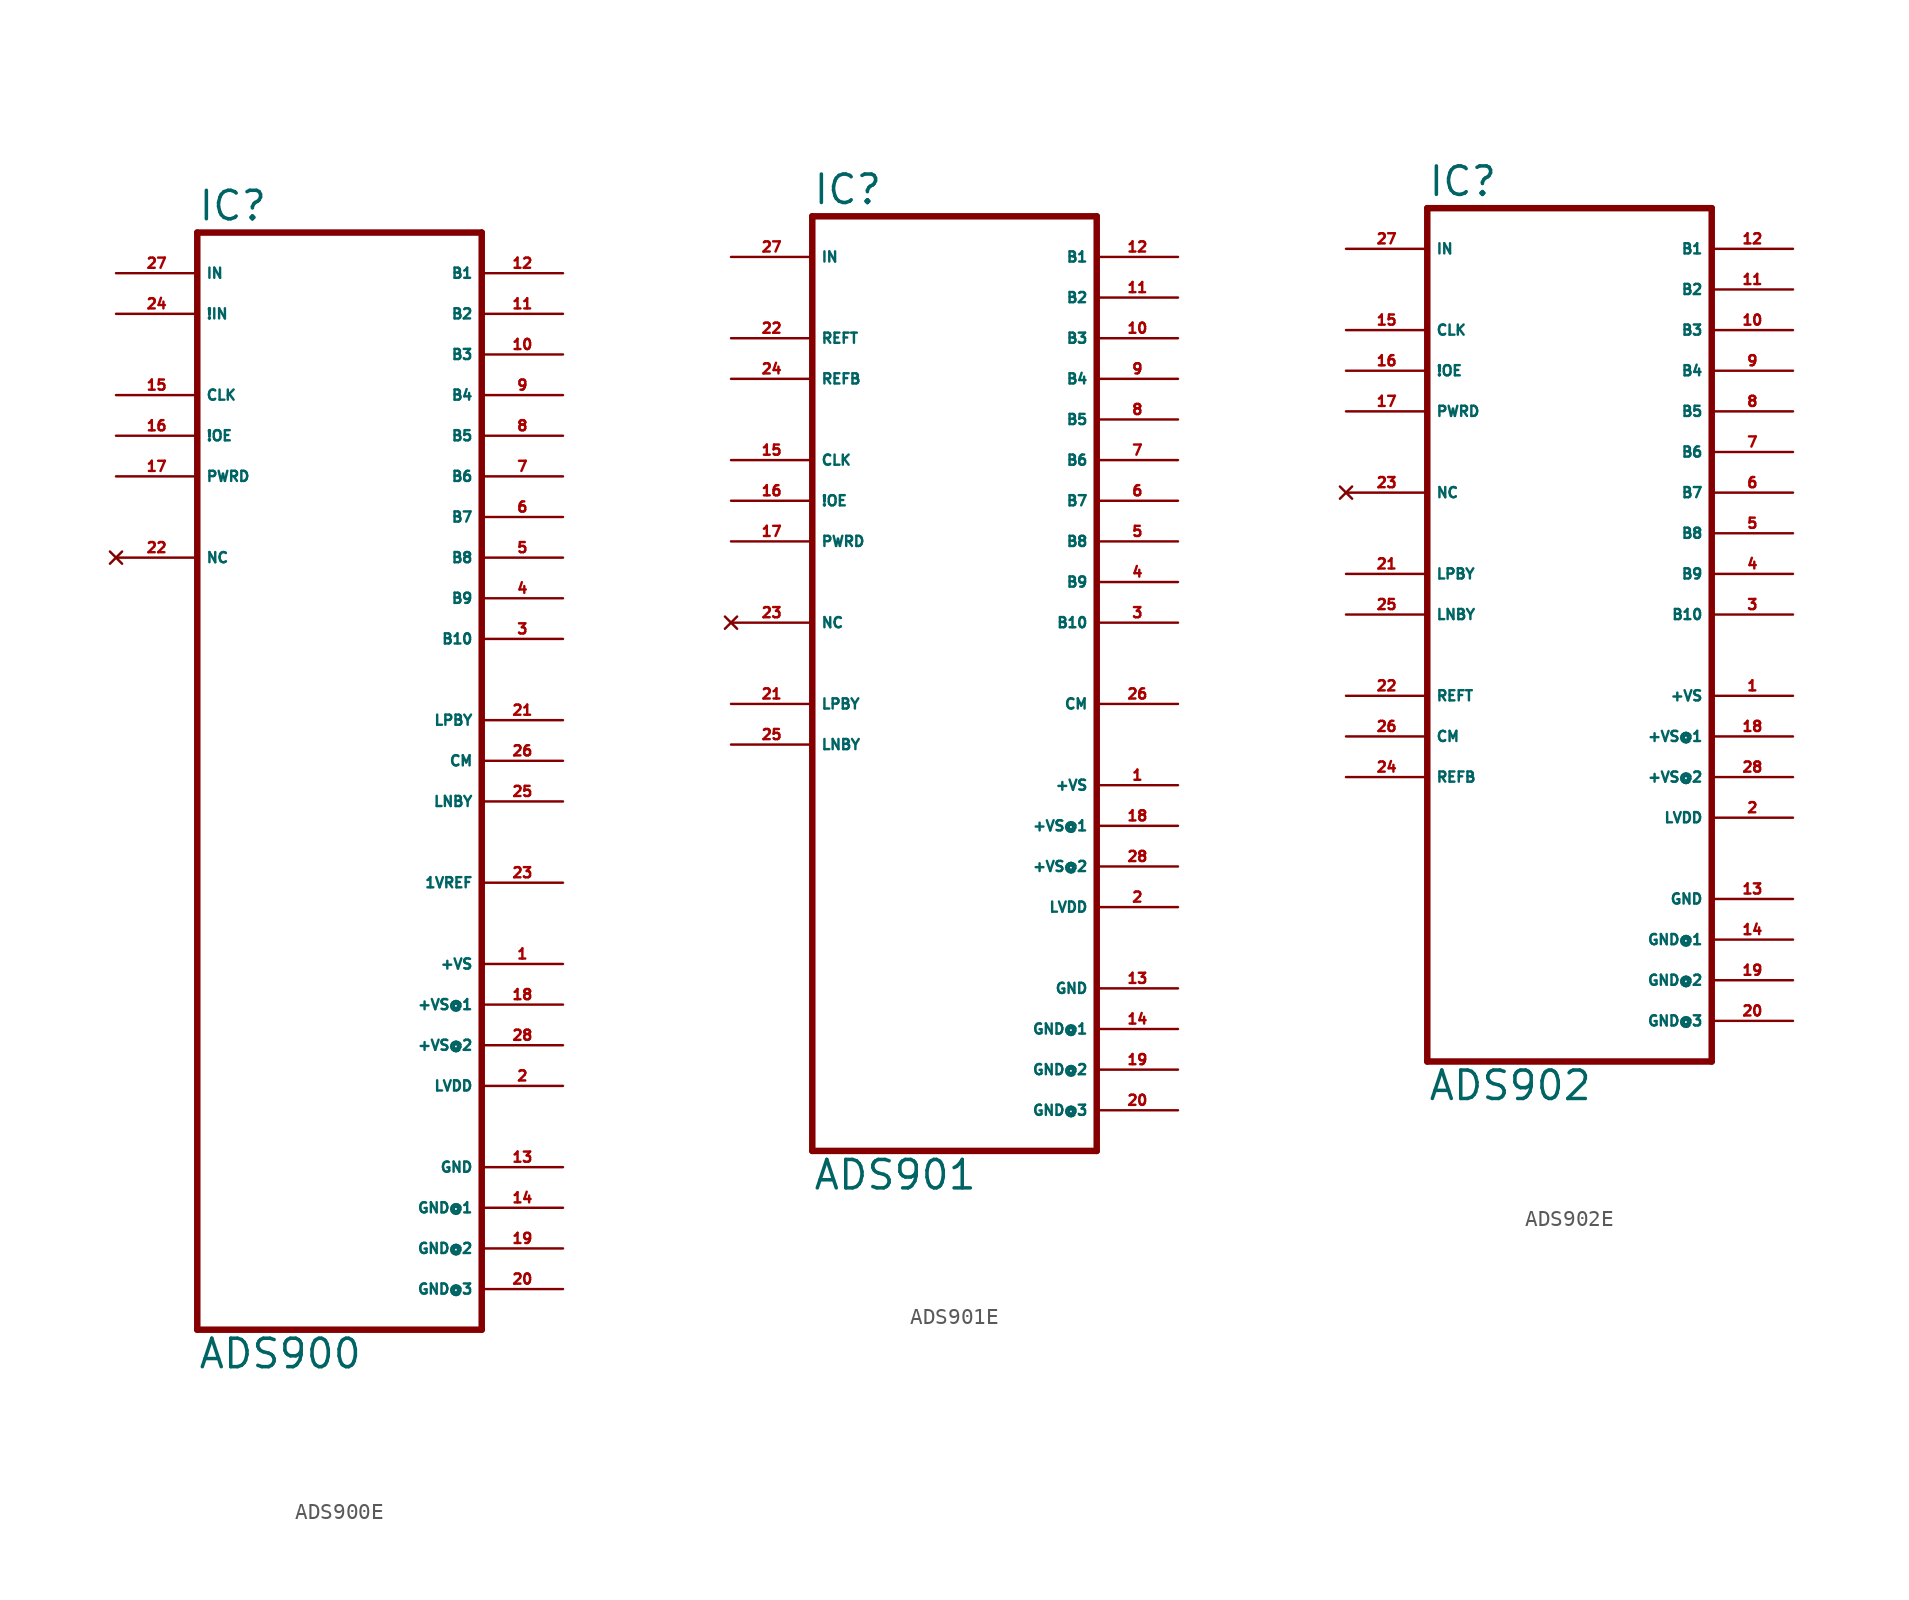
<source format=kicad_sym>
(kicad_symbol_lib
  (version 20220914)
  (generator Eagle2Kicad)
  (symbol "ADS900E"
    (property "Reference" "IC"
      (at -10.16 36.195 0)
      (effects (font (size 1.778 1.778) (thickness 0.22)) (justify left bottom)))
    (property "Value" "ADS900"
      (at -10.16 -35.56 0)
      (effects (font (size 1.778 1.778) (thickness 0.22)) (justify left bottom)))
    (polyline
      (pts (xy -10.16 35.56) (xy 7.62 35.56))
      (stroke (width 0.406) (type default))
      (fill (type none)))
    (polyline
      (pts (xy 7.62 35.56) (xy 7.62 -33.02))
      (stroke (width 0.406) (type default))
      (fill (type none)))
    (polyline
      (pts (xy 7.62 -33.02) (xy -10.16 -33.02))
      (stroke (width 0.406) (type default))
      (fill (type none)))
    (polyline
      (pts (xy -10.16 -33.02) (xy -10.16 35.56))
      (stroke (width 0.406) (type default))
      (fill (type none)))
    (pin input line
      (at -15.24 33.02 0)
      (length 5.08)
      (name "IN" (effects (font (size 0.635 0.635) (thickness 0.08)) (justify left bottom)))
      (number "27" (effects (font (size 0.635 0.635) (thickness 0.08)) (justify left bottom))))
    (pin input line
      (at -15.24 25.4 0)
      (length 5.08)
      (name "CLK" (effects (font (size 0.635 0.635) (thickness 0.08)) (justify left bottom)))
      (number "15" (effects (font (size 0.635 0.635) (thickness 0.08)) (justify left bottom))))
    (pin input line
      (at -15.24 22.86 0)
      (length 5.08)
      (name "!OE" (effects (font (size 0.635 0.635) (thickness 0.08)) (justify left bottom)))
      (number "16" (effects (font (size 0.635 0.635) (thickness 0.08)) (justify left bottom))))
    (pin input line
      (at -15.24 20.32 0)
      (length 5.08)
      (name "PWRD" (effects (font (size 0.635 0.635) (thickness 0.08)) (justify left bottom)))
      (number "17" (effects (font (size 0.635 0.635) (thickness 0.08)) (justify left bottom))))
    (pin output line
      (at 12.7 33.02 180)
      (length 5.08)
      (name "B1" (effects (font (size 0.635 0.635) (thickness 0.08)) (justify left bottom)))
      (number "12" (effects (font (size 0.635 0.635) (thickness 0.08)) (justify left bottom))))
    (pin output line
      (at 12.7 30.48 180)
      (length 5.08)
      (name "B2" (effects (font (size 0.635 0.635) (thickness 0.08)) (justify left bottom)))
      (number "11" (effects (font (size 0.635 0.635) (thickness 0.08)) (justify left bottom))))
    (pin output line
      (at 12.7 27.94 180)
      (length 5.08)
      (name "B3" (effects (font (size 0.635 0.635) (thickness 0.08)) (justify left bottom)))
      (number "10" (effects (font (size 0.635 0.635) (thickness 0.08)) (justify left bottom))))
    (pin output line
      (at 12.7 25.4 180)
      (length 5.08)
      (name "B4" (effects (font (size 0.635 0.635) (thickness 0.08)) (justify left bottom)))
      (number "9" (effects (font (size 0.635 0.635) (thickness 0.08)) (justify left bottom))))
    (pin output line
      (at 12.7 22.86 180)
      (length 5.08)
      (name "B5" (effects (font (size 0.635 0.635) (thickness 0.08)) (justify left bottom)))
      (number "8" (effects (font (size 0.635 0.635) (thickness 0.08)) (justify left bottom))))
    (pin output line
      (at 12.7 20.32 180)
      (length 5.08)
      (name "B6" (effects (font (size 0.635 0.635) (thickness 0.08)) (justify left bottom)))
      (number "7" (effects (font (size 0.635 0.635) (thickness 0.08)) (justify left bottom))))
    (pin output line
      (at 12.7 17.78 180)
      (length 5.08)
      (name "B7" (effects (font (size 0.635 0.635) (thickness 0.08)) (justify left bottom)))
      (number "6" (effects (font (size 0.635 0.635) (thickness 0.08)) (justify left bottom))))
    (pin output line
      (at 12.7 15.24 180)
      (length 5.08)
      (name "B8" (effects (font (size 0.635 0.635) (thickness 0.08)) (justify left bottom)))
      (number "5" (effects (font (size 0.635 0.635) (thickness 0.08)) (justify left bottom))))
    (pin unspecified line
      (at 12.7 -10.16 180)
      (length 5.08)
      (name "+VS" (effects (font (size 0.635 0.635) (thickness 0.08)) (justify left bottom)))
      (number "1" (effects (font (size 0.635 0.635) (thickness 0.08)) (justify left bottom))))
    (pin unspecified line
      (at 12.7 -12.7 180)
      (length 5.08)
      (name "+VS@1" (effects (font (size 0.635 0.635) (thickness 0.08)) (justify left bottom)))
      (number "18" (effects (font (size 0.635 0.635) (thickness 0.08)) (justify left bottom))))
    (pin unspecified line
      (at 12.7 -15.24 180)
      (length 5.08)
      (name "+VS@2" (effects (font (size 0.635 0.635) (thickness 0.08)) (justify left bottom)))
      (number "28" (effects (font (size 0.635 0.635) (thickness 0.08)) (justify left bottom))))
    (pin unspecified line
      (at 12.7 -22.86 180)
      (length 5.08)
      (name "GND" (effects (font (size 0.635 0.635) (thickness 0.08)) (justify left bottom)))
      (number "13" (effects (font (size 0.635 0.635) (thickness 0.08)) (justify left bottom))))
    (pin unspecified line
      (at 12.7 -25.4 180)
      (length 5.08)
      (name "GND@1" (effects (font (size 0.635 0.635) (thickness 0.08)) (justify left bottom)))
      (number "14" (effects (font (size 0.635 0.635) (thickness 0.08)) (justify left bottom))))
    (pin unspecified line
      (at 12.7 -27.94 180)
      (length 5.08)
      (name "GND@2" (effects (font (size 0.635 0.635) (thickness 0.08)) (justify left bottom)))
      (number "19" (effects (font (size 0.635 0.635) (thickness 0.08)) (justify left bottom))))
    (pin unspecified line
      (at 12.7 -30.48 180)
      (length 5.08)
      (name "GND@3" (effects (font (size 0.635 0.635) (thickness 0.08)) (justify left bottom)))
      (number "20" (effects (font (size 0.635 0.635) (thickness 0.08)) (justify left bottom))))
    (pin input line
      (at -15.24 30.48 0)
      (length 5.08)
      (name "!IN" (effects (font (size 0.635 0.635) (thickness 0.08)) (justify left bottom)))
      (number "24" (effects (font (size 0.635 0.635) (thickness 0.08)) (justify left bottom))))
    (pin output line
      (at 12.7 2.54 180)
      (length 5.08)
      (name "CM" (effects (font (size 0.635 0.635) (thickness 0.08)) (justify left bottom)))
      (number "26" (effects (font (size 0.635 0.635) (thickness 0.08)) (justify left bottom))))
    (pin output line
      (at 12.7 -5.08 180)
      (length 5.08)
      (name "1VREF" (effects (font (size 0.635 0.635) (thickness 0.08)) (justify left bottom)))
      (number "23" (effects (font (size 0.635 0.635) (thickness 0.08)) (justify left bottom))))
    (pin no_connect line
      (at -15.24 15.24 0)
      (length 5.08)
      (name "NC" (effects (font (size 0.635 0.635) (thickness 0.08)) (justify left bottom) hide))
      (number "22" (effects (font (size 0.635 0.635) (thickness 0.08)) (justify left bottom) hide)))
    (pin output line
      (at 12.7 10.16 180)
      (length 5.08)
      (name "B10" (effects (font (size 0.635 0.635) (thickness 0.08)) (justify left bottom)))
      (number "3" (effects (font (size 0.635 0.635) (thickness 0.08)) (justify left bottom))))
    (pin output line
      (at 12.7 12.7 180)
      (length 5.08)
      (name "B9" (effects (font (size 0.635 0.635) (thickness 0.08)) (justify left bottom)))
      (number "4" (effects (font (size 0.635 0.635) (thickness 0.08)) (justify left bottom))))
    (pin output line
      (at 12.7 5.08 180)
      (length 5.08)
      (name "LPBY" (effects (font (size 0.635 0.635) (thickness 0.08)) (justify left bottom)))
      (number "21" (effects (font (size 0.635 0.635) (thickness 0.08)) (justify left bottom))))
    (pin output line
      (at 12.7 0 180)
      (length 5.08)
      (name "LNBY" (effects (font (size 0.635 0.635) (thickness 0.08)) (justify left bottom)))
      (number "25" (effects (font (size 0.635 0.635) (thickness 0.08)) (justify left bottom))))
    (pin unspecified line
      (at 12.7 -17.78 180)
      (length 5.08)
      (name "LVDD" (effects (font (size 0.635 0.635) (thickness 0.08)) (justify left bottom)))
      (number "2" (effects (font (size 0.635 0.635) (thickness 0.08)) (justify left bottom)))))
  (symbol "ADS901E"
    (property "Reference" "IC"
      (at -10.16 31.115 0)
      (effects (font (size 1.778 1.778) (thickness 0.22)) (justify left bottom)))
    (property "Value" "ADS901"
      (at -10.16 -30.48 0)
      (effects (font (size 1.778 1.778) (thickness 0.22)) (justify left bottom)))
    (polyline
      (pts (xy -10.16 30.48) (xy 7.62 30.48))
      (stroke (width 0.406) (type default))
      (fill (type none)))
    (polyline
      (pts (xy 7.62 30.48) (xy 7.62 -27.94))
      (stroke (width 0.406) (type default))
      (fill (type none)))
    (polyline
      (pts (xy 7.62 -27.94) (xy -10.16 -27.94))
      (stroke (width 0.406) (type default))
      (fill (type none)))
    (polyline
      (pts (xy -10.16 -27.94) (xy -10.16 30.48))
      (stroke (width 0.406) (type default))
      (fill (type none)))
    (pin input line
      (at -15.24 27.94 0)
      (length 5.08)
      (name "IN" (effects (font (size 0.635 0.635) (thickness 0.08)) (justify left bottom)))
      (number "27" (effects (font (size 0.635 0.635) (thickness 0.08)) (justify left bottom))))
    (pin input line
      (at -15.24 15.24 0)
      (length 5.08)
      (name "CLK" (effects (font (size 0.635 0.635) (thickness 0.08)) (justify left bottom)))
      (number "15" (effects (font (size 0.635 0.635) (thickness 0.08)) (justify left bottom))))
    (pin input line
      (at -15.24 12.7 0)
      (length 5.08)
      (name "!OE" (effects (font (size 0.635 0.635) (thickness 0.08)) (justify left bottom)))
      (number "16" (effects (font (size 0.635 0.635) (thickness 0.08)) (justify left bottom))))
    (pin input line
      (at -15.24 10.16 0)
      (length 5.08)
      (name "PWRD" (effects (font (size 0.635 0.635) (thickness 0.08)) (justify left bottom)))
      (number "17" (effects (font (size 0.635 0.635) (thickness 0.08)) (justify left bottom))))
    (pin output line
      (at 12.7 27.94 180)
      (length 5.08)
      (name "B1" (effects (font (size 0.635 0.635) (thickness 0.08)) (justify left bottom)))
      (number "12" (effects (font (size 0.635 0.635) (thickness 0.08)) (justify left bottom))))
    (pin output line
      (at 12.7 25.4 180)
      (length 5.08)
      (name "B2" (effects (font (size 0.635 0.635) (thickness 0.08)) (justify left bottom)))
      (number "11" (effects (font (size 0.635 0.635) (thickness 0.08)) (justify left bottom))))
    (pin output line
      (at 12.7 22.86 180)
      (length 5.08)
      (name "B3" (effects (font (size 0.635 0.635) (thickness 0.08)) (justify left bottom)))
      (number "10" (effects (font (size 0.635 0.635) (thickness 0.08)) (justify left bottom))))
    (pin output line
      (at 12.7 20.32 180)
      (length 5.08)
      (name "B4" (effects (font (size 0.635 0.635) (thickness 0.08)) (justify left bottom)))
      (number "9" (effects (font (size 0.635 0.635) (thickness 0.08)) (justify left bottom))))
    (pin output line
      (at 12.7 17.78 180)
      (length 5.08)
      (name "B5" (effects (font (size 0.635 0.635) (thickness 0.08)) (justify left bottom)))
      (number "8" (effects (font (size 0.635 0.635) (thickness 0.08)) (justify left bottom))))
    (pin output line
      (at 12.7 15.24 180)
      (length 5.08)
      (name "B6" (effects (font (size 0.635 0.635) (thickness 0.08)) (justify left bottom)))
      (number "7" (effects (font (size 0.635 0.635) (thickness 0.08)) (justify left bottom))))
    (pin output line
      (at 12.7 12.7 180)
      (length 5.08)
      (name "B7" (effects (font (size 0.635 0.635) (thickness 0.08)) (justify left bottom)))
      (number "6" (effects (font (size 0.635 0.635) (thickness 0.08)) (justify left bottom))))
    (pin output line
      (at 12.7 10.16 180)
      (length 5.08)
      (name "B8" (effects (font (size 0.635 0.635) (thickness 0.08)) (justify left bottom)))
      (number "5" (effects (font (size 0.635 0.635) (thickness 0.08)) (justify left bottom))))
    (pin unspecified line
      (at 12.7 -5.08 180)
      (length 5.08)
      (name "+VS" (effects (font (size 0.635 0.635) (thickness 0.08)) (justify left bottom)))
      (number "1" (effects (font (size 0.635 0.635) (thickness 0.08)) (justify left bottom))))
    (pin unspecified line
      (at 12.7 -7.62 180)
      (length 5.08)
      (name "+VS@1" (effects (font (size 0.635 0.635) (thickness 0.08)) (justify left bottom)))
      (number "18" (effects (font (size 0.635 0.635) (thickness 0.08)) (justify left bottom))))
    (pin unspecified line
      (at 12.7 -10.16 180)
      (length 5.08)
      (name "+VS@2" (effects (font (size 0.635 0.635) (thickness 0.08)) (justify left bottom)))
      (number "28" (effects (font (size 0.635 0.635) (thickness 0.08)) (justify left bottom))))
    (pin unspecified line
      (at 12.7 -17.78 180)
      (length 5.08)
      (name "GND" (effects (font (size 0.635 0.635) (thickness 0.08)) (justify left bottom)))
      (number "13" (effects (font (size 0.635 0.635) (thickness 0.08)) (justify left bottom))))
    (pin unspecified line
      (at 12.7 -20.32 180)
      (length 5.08)
      (name "GND@1" (effects (font (size 0.635 0.635) (thickness 0.08)) (justify left bottom)))
      (number "14" (effects (font (size 0.635 0.635) (thickness 0.08)) (justify left bottom))))
    (pin unspecified line
      (at 12.7 -22.86 180)
      (length 5.08)
      (name "GND@2" (effects (font (size 0.635 0.635) (thickness 0.08)) (justify left bottom)))
      (number "19" (effects (font (size 0.635 0.635) (thickness 0.08)) (justify left bottom))))
    (pin unspecified line
      (at 12.7 -25.4 180)
      (length 5.08)
      (name "GND@3" (effects (font (size 0.635 0.635) (thickness 0.08)) (justify left bottom)))
      (number "20" (effects (font (size 0.635 0.635) (thickness 0.08)) (justify left bottom))))
    (pin input line
      (at -15.24 22.86 0)
      (length 5.08)
      (name "REFT" (effects (font (size 0.635 0.635) (thickness 0.08)) (justify left bottom)))
      (number "22" (effects (font (size 0.635 0.635) (thickness 0.08)) (justify left bottom))))
    (pin output line
      (at 12.7 0 180)
      (length 5.08)
      (name "CM" (effects (font (size 0.635 0.635) (thickness 0.08)) (justify left bottom)))
      (number "26" (effects (font (size 0.635 0.635) (thickness 0.08)) (justify left bottom))))
    (pin input line
      (at -15.24 20.32 0)
      (length 5.08)
      (name "REFB" (effects (font (size 0.635 0.635) (thickness 0.08)) (justify left bottom)))
      (number "24" (effects (font (size 0.635 0.635) (thickness 0.08)) (justify left bottom))))
    (pin no_connect line
      (at -15.24 5.08 0)
      (length 5.08)
      (name "NC" (effects (font (size 0.635 0.635) (thickness 0.08)) (justify left bottom) hide))
      (number "23" (effects (font (size 0.635 0.635) (thickness 0.08)) (justify left bottom) hide)))
    (pin output line
      (at 12.7 5.08 180)
      (length 5.08)
      (name "B10" (effects (font (size 0.635 0.635) (thickness 0.08)) (justify left bottom)))
      (number "3" (effects (font (size 0.635 0.635) (thickness 0.08)) (justify left bottom))))
    (pin output line
      (at 12.7 7.62 180)
      (length 5.08)
      (name "B9" (effects (font (size 0.635 0.635) (thickness 0.08)) (justify left bottom)))
      (number "4" (effects (font (size 0.635 0.635) (thickness 0.08)) (justify left bottom))))
    (pin passive line
      (at -15.24 0 0)
      (length 5.08)
      (name "LPBY" (effects (font (size 0.635 0.635) (thickness 0.08)) (justify left bottom)))
      (number "21" (effects (font (size 0.635 0.635) (thickness 0.08)) (justify left bottom))))
    (pin passive line
      (at -15.24 -2.54 0)
      (length 5.08)
      (name "LNBY" (effects (font (size 0.635 0.635) (thickness 0.08)) (justify left bottom)))
      (number "25" (effects (font (size 0.635 0.635) (thickness 0.08)) (justify left bottom))))
    (pin unspecified line
      (at 12.7 -12.7 180)
      (length 5.08)
      (name "LVDD" (effects (font (size 0.635 0.635) (thickness 0.08)) (justify left bottom)))
      (number "2" (effects (font (size 0.635 0.635) (thickness 0.08)) (justify left bottom)))))
  (symbol "ADS902E"
    (property "Reference" "IC"
      (at -10.16 26.035 0)
      (effects (font (size 1.778 1.778) (thickness 0.22)) (justify left bottom)))
    (property "Value" "ADS902"
      (at -10.16 -30.48 0)
      (effects (font (size 1.778 1.778) (thickness 0.22)) (justify left bottom)))
    (polyline
      (pts (xy -10.16 25.4) (xy 7.62 25.4))
      (stroke (width 0.406) (type default))
      (fill (type none)))
    (polyline
      (pts (xy 7.62 25.4) (xy 7.62 -27.94))
      (stroke (width 0.406) (type default))
      (fill (type none)))
    (polyline
      (pts (xy 7.62 -27.94) (xy -10.16 -27.94))
      (stroke (width 0.406) (type default))
      (fill (type none)))
    (polyline
      (pts (xy -10.16 -27.94) (xy -10.16 25.4))
      (stroke (width 0.406) (type default))
      (fill (type none)))
    (pin input line
      (at -15.24 22.86 0)
      (length 5.08)
      (name "IN" (effects (font (size 0.635 0.635) (thickness 0.08)) (justify left bottom)))
      (number "27" (effects (font (size 0.635 0.635) (thickness 0.08)) (justify left bottom))))
    (pin input line
      (at -15.24 17.78 0)
      (length 5.08)
      (name "CLK" (effects (font (size 0.635 0.635) (thickness 0.08)) (justify left bottom)))
      (number "15" (effects (font (size 0.635 0.635) (thickness 0.08)) (justify left bottom))))
    (pin input line
      (at -15.24 15.24 0)
      (length 5.08)
      (name "!OE" (effects (font (size 0.635 0.635) (thickness 0.08)) (justify left bottom)))
      (number "16" (effects (font (size 0.635 0.635) (thickness 0.08)) (justify left bottom))))
    (pin input line
      (at -15.24 12.7 0)
      (length 5.08)
      (name "PWRD" (effects (font (size 0.635 0.635) (thickness 0.08)) (justify left bottom)))
      (number "17" (effects (font (size 0.635 0.635) (thickness 0.08)) (justify left bottom))))
    (pin output line
      (at 12.7 22.86 180)
      (length 5.08)
      (name "B1" (effects (font (size 0.635 0.635) (thickness 0.08)) (justify left bottom)))
      (number "12" (effects (font (size 0.635 0.635) (thickness 0.08)) (justify left bottom))))
    (pin output line
      (at 12.7 20.32 180)
      (length 5.08)
      (name "B2" (effects (font (size 0.635 0.635) (thickness 0.08)) (justify left bottom)))
      (number "11" (effects (font (size 0.635 0.635) (thickness 0.08)) (justify left bottom))))
    (pin output line
      (at 12.7 17.78 180)
      (length 5.08)
      (name "B3" (effects (font (size 0.635 0.635) (thickness 0.08)) (justify left bottom)))
      (number "10" (effects (font (size 0.635 0.635) (thickness 0.08)) (justify left bottom))))
    (pin output line
      (at 12.7 15.24 180)
      (length 5.08)
      (name "B4" (effects (font (size 0.635 0.635) (thickness 0.08)) (justify left bottom)))
      (number "9" (effects (font (size 0.635 0.635) (thickness 0.08)) (justify left bottom))))
    (pin output line
      (at 12.7 12.7 180)
      (length 5.08)
      (name "B5" (effects (font (size 0.635 0.635) (thickness 0.08)) (justify left bottom)))
      (number "8" (effects (font (size 0.635 0.635) (thickness 0.08)) (justify left bottom))))
    (pin output line
      (at 12.7 10.16 180)
      (length 5.08)
      (name "B6" (effects (font (size 0.635 0.635) (thickness 0.08)) (justify left bottom)))
      (number "7" (effects (font (size 0.635 0.635) (thickness 0.08)) (justify left bottom))))
    (pin output line
      (at 12.7 7.62 180)
      (length 5.08)
      (name "B7" (effects (font (size 0.635 0.635) (thickness 0.08)) (justify left bottom)))
      (number "6" (effects (font (size 0.635 0.635) (thickness 0.08)) (justify left bottom))))
    (pin output line
      (at 12.7 5.08 180)
      (length 5.08)
      (name "B8" (effects (font (size 0.635 0.635) (thickness 0.08)) (justify left bottom)))
      (number "5" (effects (font (size 0.635 0.635) (thickness 0.08)) (justify left bottom))))
    (pin unspecified line
      (at 12.7 -5.08 180)
      (length 5.08)
      (name "+VS" (effects (font (size 0.635 0.635) (thickness 0.08)) (justify left bottom)))
      (number "1" (effects (font (size 0.635 0.635) (thickness 0.08)) (justify left bottom))))
    (pin unspecified line
      (at 12.7 -7.62 180)
      (length 5.08)
      (name "+VS@1" (effects (font (size 0.635 0.635) (thickness 0.08)) (justify left bottom)))
      (number "18" (effects (font (size 0.635 0.635) (thickness 0.08)) (justify left bottom))))
    (pin unspecified line
      (at 12.7 -10.16 180)
      (length 5.08)
      (name "+VS@2" (effects (font (size 0.635 0.635) (thickness 0.08)) (justify left bottom)))
      (number "28" (effects (font (size 0.635 0.635) (thickness 0.08)) (justify left bottom))))
    (pin unspecified line
      (at 12.7 -17.78 180)
      (length 5.08)
      (name "GND" (effects (font (size 0.635 0.635) (thickness 0.08)) (justify left bottom)))
      (number "13" (effects (font (size 0.635 0.635) (thickness 0.08)) (justify left bottom))))
    (pin unspecified line
      (at 12.7 -20.32 180)
      (length 5.08)
      (name "GND@1" (effects (font (size 0.635 0.635) (thickness 0.08)) (justify left bottom)))
      (number "14" (effects (font (size 0.635 0.635) (thickness 0.08)) (justify left bottom))))
    (pin unspecified line
      (at 12.7 -22.86 180)
      (length 5.08)
      (name "GND@2" (effects (font (size 0.635 0.635) (thickness 0.08)) (justify left bottom)))
      (number "19" (effects (font (size 0.635 0.635) (thickness 0.08)) (justify left bottom))))
    (pin unspecified line
      (at 12.7 -25.4 180)
      (length 5.08)
      (name "GND@3" (effects (font (size 0.635 0.635) (thickness 0.08)) (justify left bottom)))
      (number "20" (effects (font (size 0.635 0.635) (thickness 0.08)) (justify left bottom))))
    (pin input line
      (at -15.24 -5.08 0)
      (length 5.08)
      (name "REFT" (effects (font (size 0.635 0.635) (thickness 0.08)) (justify left bottom)))
      (number "22" (effects (font (size 0.635 0.635) (thickness 0.08)) (justify left bottom))))
    (pin bidirectional line
      (at -15.24 -7.62 0)
      (length 5.08)
      (name "CM" (effects (font (size 0.635 0.635) (thickness 0.08)) (justify left bottom)))
      (number "26" (effects (font (size 0.635 0.635) (thickness 0.08)) (justify left bottom))))
    (pin input line
      (at -15.24 -10.16 0)
      (length 5.08)
      (name "REFB" (effects (font (size 0.635 0.635) (thickness 0.08)) (justify left bottom)))
      (number "24" (effects (font (size 0.635 0.635) (thickness 0.08)) (justify left bottom))))
    (pin no_connect line
      (at -15.24 7.62 0)
      (length 5.08)
      (name "NC" (effects (font (size 0.635 0.635) (thickness 0.08)) (justify left bottom) hide))
      (number "23" (effects (font (size 0.635 0.635) (thickness 0.08)) (justify left bottom) hide)))
    (pin output line
      (at 12.7 0 180)
      (length 5.08)
      (name "B10" (effects (font (size 0.635 0.635) (thickness 0.08)) (justify left bottom)))
      (number "3" (effects (font (size 0.635 0.635) (thickness 0.08)) (justify left bottom))))
    (pin output line
      (at 12.7 2.54 180)
      (length 5.08)
      (name "B9" (effects (font (size 0.635 0.635) (thickness 0.08)) (justify left bottom)))
      (number "4" (effects (font (size 0.635 0.635) (thickness 0.08)) (justify left bottom))))
    (pin passive line
      (at -15.24 2.54 0)
      (length 5.08)
      (name "LPBY" (effects (font (size 0.635 0.635) (thickness 0.08)) (justify left bottom)))
      (number "21" (effects (font (size 0.635 0.635) (thickness 0.08)) (justify left bottom))))
    (pin passive line
      (at -15.24 0 0)
      (length 5.08)
      (name "LNBY" (effects (font (size 0.635 0.635) (thickness 0.08)) (justify left bottom)))
      (number "25" (effects (font (size 0.635 0.635) (thickness 0.08)) (justify left bottom))))
    (pin unspecified line
      (at 12.7 -12.7 180)
      (length 5.08)
      (name "LVDD" (effects (font (size 0.635 0.635) (thickness 0.08)) (justify left bottom)))
      (number "2" (effects (font (size 0.635 0.635) (thickness 0.08)) (justify left bottom))))))
</source>
